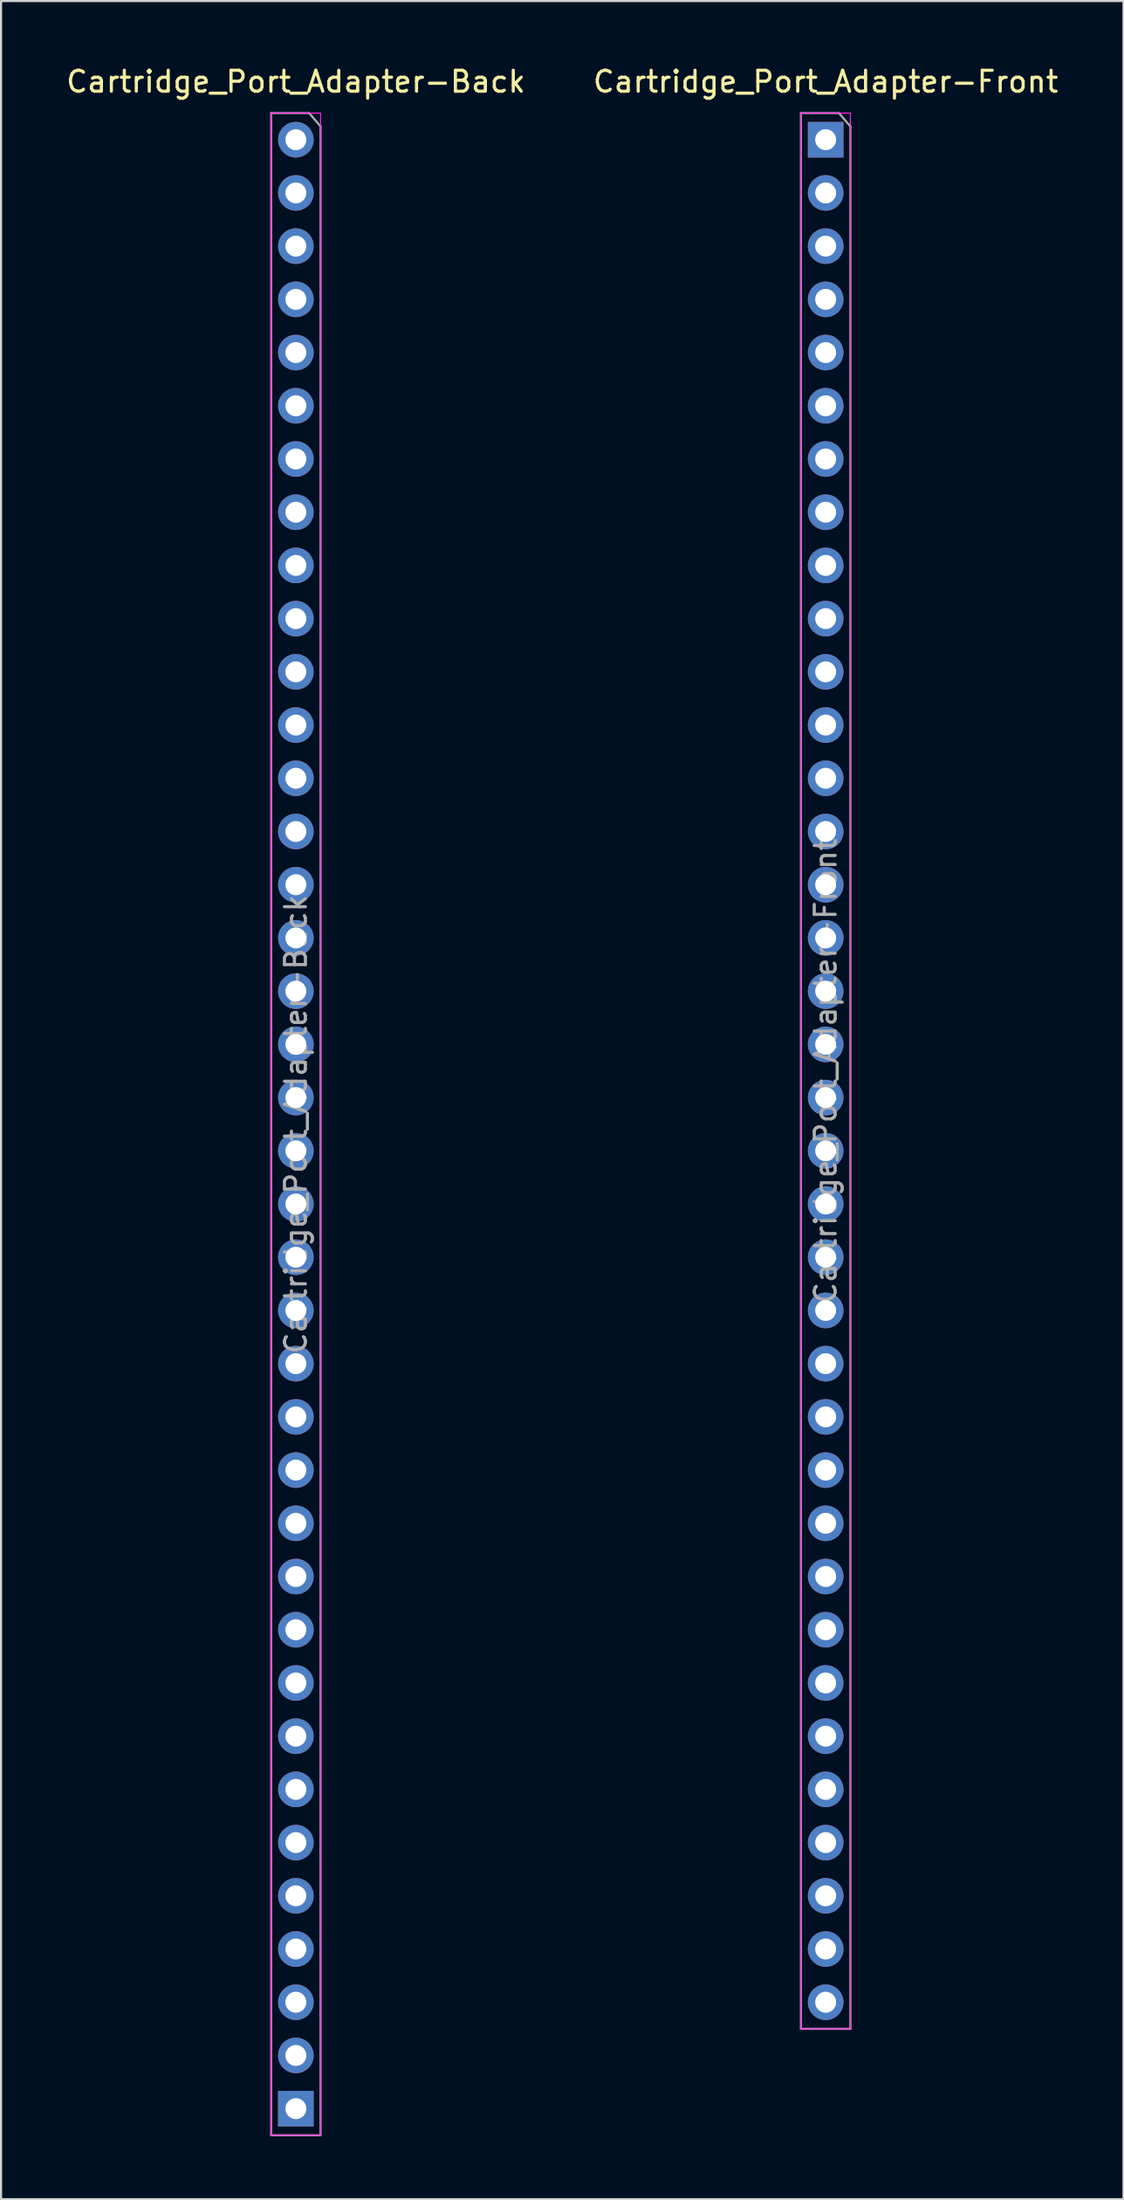
<source format=kicad_pcb>
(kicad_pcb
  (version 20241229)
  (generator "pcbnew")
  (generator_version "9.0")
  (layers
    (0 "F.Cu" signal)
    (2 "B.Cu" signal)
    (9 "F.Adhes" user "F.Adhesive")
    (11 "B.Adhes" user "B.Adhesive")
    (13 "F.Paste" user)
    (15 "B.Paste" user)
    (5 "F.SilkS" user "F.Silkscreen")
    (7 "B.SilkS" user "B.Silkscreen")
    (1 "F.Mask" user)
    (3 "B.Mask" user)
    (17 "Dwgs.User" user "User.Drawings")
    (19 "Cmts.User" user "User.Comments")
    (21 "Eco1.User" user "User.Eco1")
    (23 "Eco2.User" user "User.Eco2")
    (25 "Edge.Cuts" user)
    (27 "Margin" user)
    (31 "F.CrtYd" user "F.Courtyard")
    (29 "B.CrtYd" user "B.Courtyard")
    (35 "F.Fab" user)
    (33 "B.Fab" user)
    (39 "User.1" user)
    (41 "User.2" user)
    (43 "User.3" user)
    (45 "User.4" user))
  (footprint "Cartridge_Port_Adapter-Back"
    (layer "F.Cu")
    (at 11.077 3.618)
    (property "Reference" "Cartridge_Port_Adapter-Back" (at 0 -2.77 0) (layer "F.SilkS") (effects (font (size 1 1) (thickness 0.15))))
    (attr through_hole)
    (fp_line (start -1.18 -1.27) (end 1.18 -1.27) (stroke (width 0.05) (type solid)) (layer "F.CrtYd"))
    (fp_line (start -1.18 95.25) (end -1.18 -1.27) (stroke (width 0.05) (type solid)) (layer "F.CrtYd"))
    (fp_line (start 1.18 -1.27) (end 1.18 95.25) (stroke (width 0.05) (type solid)) (layer "F.CrtYd"))
    (fp_line (start 1.18 95.25) (end -1.18 95.25) (stroke (width 0.05) (type solid)) (layer "F.CrtYd"))
    (fp_line (start -1.18 -1.27) (end 0.635 -1.27) (stroke (width 0.1) (type solid)) (layer "F.Fab"))
    (fp_line (start -1.18 95.25) (end -1.18 -1.27) (stroke (width 0.1) (type solid)) (layer "F.Fab"))
    (fp_line (start 0.635 -1.27) (end 1.18 -0.635) (stroke (width 0.1) (type solid)) (layer "F.Fab"))
    (fp_line (start 1.18 -0.635) (end 1.18 95.25) (stroke (width 0.1) (type solid)) (layer "F.Fab"))
    (fp_line (start 1.18 95.25) (end -1.18 95.25) (stroke (width 0.1) (type solid)) (layer "F.Fab"))
    (fp_text user "${REFERENCE}" (at 0 46.99 90) (layer "F.Fab") (effects (font (size 1 1) (thickness 0.15))))
    (pad "1" thru_hole circle (at 0 0) (size 1.7 1.7) (drill 1) (layers "*.Cu" "*.Mask"))
    (pad "2" thru_hole oval (at 0 2.54) (size 1.7 1.7) (drill 1) (layers "*.Cu" "*.Mask"))
    (pad "3" thru_hole oval (at 0 5.08) (size 1.7 1.7) (drill 1) (layers "*.Cu" "*.Mask"))
    (pad "4" thru_hole oval (at 0 7.62) (size 1.7 1.7) (drill 1) (layers "*.Cu" "*.Mask"))
    (pad "5" thru_hole oval (at 0 10.16) (size 1.7 1.7) (drill 1) (layers "*.Cu" "*.Mask"))
    (pad "6" thru_hole oval (at 0 12.7) (size 1.7 1.7) (drill 1) (layers "*.Cu" "*.Mask"))
    (pad "7" thru_hole oval (at 0 15.24) (size 1.7 1.7) (drill 1) (layers "*.Cu" "*.Mask"))
    (pad "8" thru_hole oval (at 0 17.78) (size 1.7 1.7) (drill 1) (layers "*.Cu" "*.Mask"))
    (pad "9" thru_hole oval (at 0 20.32) (size 1.7 1.7) (drill 1) (layers "*.Cu" "*.Mask"))
    (pad "10" thru_hole oval (at 0 22.86) (size 1.7 1.7) (drill 1) (layers "*.Cu" "*.Mask"))
    (pad "11" thru_hole oval (at 0 25.4) (size 1.7 1.7) (drill 1) (layers "*.Cu" "*.Mask"))
    (pad "12" thru_hole oval (at 0 27.94) (size 1.7 1.7) (drill 1) (layers "*.Cu" "*.Mask"))
    (pad "13" thru_hole oval (at 0 30.48) (size 1.7 1.7) (drill 1) (layers "*.Cu" "*.Mask"))
    (pad "14" thru_hole oval (at 0 33.02) (size 1.7 1.7) (drill 1) (layers "*.Cu" "*.Mask"))
    (pad "15" thru_hole oval (at 0 35.56) (size 1.7 1.7) (drill 1) (layers "*.Cu" "*.Mask"))
    (pad "16" thru_hole oval (at 0 38.1) (size 1.7 1.7) (drill 1) (layers "*.Cu" "*.Mask"))
    (pad "17" thru_hole oval (at 0 40.64) (size 1.7 1.7) (drill 1) (layers "*.Cu" "*.Mask"))
    (pad "18" thru_hole oval (at 0 43.18) (size 1.7 1.7) (drill 1) (layers "*.Cu" "*.Mask"))
    (pad "19" thru_hole oval (at 0 45.72) (size 1.7 1.7) (drill 1) (layers "*.Cu" "*.Mask"))
    (pad "20" thru_hole oval (at 0 48.26) (size 1.7 1.7) (drill 1) (layers "*.Cu" "*.Mask"))
    (pad "21" thru_hole oval (at 0 50.8) (size 1.7 1.7) (drill 1) (layers "*.Cu" "*.Mask"))
    (pad "22" thru_hole oval (at 0 53.34) (size 1.7 1.7) (drill 1) (layers "*.Cu" "*.Mask"))
    (pad "23" thru_hole oval (at 0 55.88) (size 1.7 1.7) (drill 1) (layers "*.Cu" "*.Mask"))
    (pad "24" thru_hole oval (at 0 58.42) (size 1.7 1.7) (drill 1) (layers "*.Cu" "*.Mask"))
    (pad "25" thru_hole oval (at 0 60.96) (size 1.7 1.7) (drill 1) (layers "*.Cu" "*.Mask"))
    (pad "26" thru_hole oval (at 0 63.5) (size 1.7 1.7) (drill 1) (layers "*.Cu" "*.Mask"))
    (pad "27" thru_hole oval (at 0 66.04) (size 1.7 1.7) (drill 1) (layers "*.Cu" "*.Mask"))
    (pad "28" thru_hole oval (at 0 68.58) (size 1.7 1.7) (drill 1) (layers "*.Cu" "*.Mask"))
    (pad "29" thru_hole oval (at 0 71.12) (size 1.7 1.7) (drill 1) (layers "*.Cu" "*.Mask"))
    (pad "30" thru_hole oval (at 0 73.66) (size 1.7 1.7) (drill 1) (layers "*.Cu" "*.Mask"))
    (pad "31" thru_hole oval (at 0 76.2) (size 1.7 1.7) (drill 1) (layers "*.Cu" "*.Mask"))
    (pad "32" thru_hole oval (at 0 78.74) (size 1.7 1.7) (drill 1) (layers "*.Cu" "*.Mask"))
    (pad "33" thru_hole oval (at 0 81.28) (size 1.7 1.7) (drill 1) (layers "*.Cu" "*.Mask"))
    (pad "34" thru_hole oval (at 0 83.82) (size 1.7 1.7) (drill 1) (layers "*.Cu" "*.Mask"))
    (pad "35" thru_hole oval (at 0 86.36) (size 1.7 1.7) (drill 1) (layers "*.Cu" "*.Mask"))
    (pad "36" thru_hole oval (at 0 88.9) (size 1.7 1.7) (drill 1) (layers "*.Cu" "*.Mask"))
    (pad "37" thru_hole oval (at 0 91.44) (size 1.7 1.7) (drill 1) (layers "*.Cu" "*.Mask"))
    (pad "38" thru_hole rect (at 0 93.98) (size 1.7 1.7) (drill 1) (layers "*.Cu" "*.Mask")))
  (footprint "Cartridge_Port_Adapter-Front"
    (layer "F.Cu")
    (at 36.375 3.618)
    (property "Reference" "Cartridge_Port_Adapter-Front" (at 0 -2.77 0) (layer "F.SilkS") (effects (font (size 1 1) (thickness 0.15))))
    (attr through_hole)
    (fp_line (start -1.18 -1.27) (end 1.18 -1.27) (stroke (width 0.05) (type solid)) (layer "F.CrtYd"))
    (fp_line (start -1.18 90.17) (end -1.18 -1.27) (stroke (width 0.05) (type solid)) (layer "F.CrtYd"))
    (fp_line (start 1.18 -1.27) (end 1.18 90.17) (stroke (width 0.05) (type solid)) (layer "F.CrtYd"))
    (fp_line (start 1.18 90.17) (end -1.18 90.17) (stroke (width 0.05) (type solid)) (layer "F.CrtYd"))
    (fp_line (start -1.18 -1.27) (end 0.635 -1.27) (stroke (width 0.1) (type solid)) (layer "F.Fab"))
    (fp_line (start -1.18 90.17) (end -1.18 -1.27) (stroke (width 0.1) (type solid)) (layer "F.Fab"))
    (fp_line (start 0.635 -1.27) (end 1.18 -0.635) (stroke (width 0.1) (type solid)) (layer "F.Fab"))
    (fp_line (start 1.18 -0.635) (end 1.18 90.17) (stroke (width 0.1) (type solid)) (layer "F.Fab"))
    (fp_line (start 1.18 90.17) (end -1.18 90.17) (stroke (width 0.1) (type solid)) (layer "F.Fab"))
    (fp_text user "${REFERENCE}" (at 0 44.45 90) (layer "F.Fab") (effects (font (size 1 1) (thickness 0.15))))
    (pad "1" thru_hole rect (at 0 0) (size 1.7 1.7) (drill 1) (layers "*.Cu" "*.Mask"))
    (pad "2" thru_hole oval (at 0 2.54) (size 1.7 1.7) (drill 1) (layers "*.Cu" "*.Mask"))
    (pad "3" thru_hole oval (at 0 5.08) (size 1.7 1.7) (drill 1) (layers "*.Cu" "*.Mask"))
    (pad "4" thru_hole oval (at 0 7.62) (size 1.7 1.7) (drill 1) (layers "*.Cu" "*.Mask"))
    (pad "5" thru_hole oval (at 0 10.16) (size 1.7 1.7) (drill 1) (layers "*.Cu" "*.Mask"))
    (pad "6" thru_hole oval (at 0 12.7) (size 1.7 1.7) (drill 1) (layers "*.Cu" "*.Mask"))
    (pad "7" thru_hole oval (at 0 15.24) (size 1.7 1.7) (drill 1) (layers "*.Cu" "*.Mask"))
    (pad "8" thru_hole oval (at 0 17.78) (size 1.7 1.7) (drill 1) (layers "*.Cu" "*.Mask"))
    (pad "9" thru_hole oval (at 0 20.32) (size 1.7 1.7) (drill 1) (layers "*.Cu" "*.Mask"))
    (pad "10" thru_hole oval (at 0 22.86) (size 1.7 1.7) (drill 1) (layers "*.Cu" "*.Mask"))
    (pad "11" thru_hole oval (at 0 25.4) (size 1.7 1.7) (drill 1) (layers "*.Cu" "*.Mask"))
    (pad "12" thru_hole oval (at 0 27.94) (size 1.7 1.7) (drill 1) (layers "*.Cu" "*.Mask"))
    (pad "13" thru_hole oval (at 0 30.48) (size 1.7 1.7) (drill 1) (layers "*.Cu" "*.Mask"))
    (pad "14" thru_hole oval (at 0 33.02) (size 1.7 1.7) (drill 1) (layers "*.Cu" "*.Mask"))
    (pad "15" thru_hole oval (at 0 35.56) (size 1.7 1.7) (drill 1) (layers "*.Cu" "*.Mask"))
    (pad "16" thru_hole oval (at 0 38.1) (size 1.7 1.7) (drill 1) (layers "*.Cu" "*.Mask"))
    (pad "17" thru_hole oval (at 0 40.64) (size 1.7 1.7) (drill 1) (layers "*.Cu" "*.Mask"))
    (pad "18" thru_hole oval (at 0 43.18) (size 1.7 1.7) (drill 1) (layers "*.Cu" "*.Mask"))
    (pad "19" thru_hole oval (at 0 45.72) (size 1.7 1.7) (drill 1) (layers "*.Cu" "*.Mask"))
    (pad "20" thru_hole oval (at 0 48.26) (size 1.7 1.7) (drill 1) (layers "*.Cu" "*.Mask"))
    (pad "21" thru_hole oval (at 0 50.8) (size 1.7 1.7) (drill 1) (layers "*.Cu" "*.Mask"))
    (pad "22" thru_hole oval (at 0 53.34) (size 1.7 1.7) (drill 1) (layers "*.Cu" "*.Mask"))
    (pad "23" thru_hole oval (at 0 55.88) (size 1.7 1.7) (drill 1) (layers "*.Cu" "*.Mask"))
    (pad "24" thru_hole oval (at 0 58.42) (size 1.7 1.7) (drill 1) (layers "*.Cu" "*.Mask"))
    (pad "25" thru_hole oval (at 0 60.96) (size 1.7 1.7) (drill 1) (layers "*.Cu" "*.Mask"))
    (pad "26" thru_hole oval (at 0 63.5) (size 1.7 1.7) (drill 1) (layers "*.Cu" "*.Mask"))
    (pad "27" thru_hole oval (at 0 66.04) (size 1.7 1.7) (drill 1) (layers "*.Cu" "*.Mask"))
    (pad "28" thru_hole oval (at 0 68.58) (size 1.7 1.7) (drill 1) (layers "*.Cu" "*.Mask"))
    (pad "29" thru_hole oval (at 0 71.12) (size 1.7 1.7) (drill 1) (layers "*.Cu" "*.Mask"))
    (pad "30" thru_hole oval (at 0 73.66) (size 1.7 1.7) (drill 1) (layers "*.Cu" "*.Mask"))
    (pad "31" thru_hole oval (at 0 76.2) (size 1.7 1.7) (drill 1) (layers "*.Cu" "*.Mask"))
    (pad "32" thru_hole oval (at 0 78.74) (size 1.7 1.7) (drill 1) (layers "*.Cu" "*.Mask"))
    (pad "33" thru_hole oval (at 0 81.28) (size 1.7 1.7) (drill 1) (layers "*.Cu" "*.Mask"))
    (pad "34" thru_hole oval (at 0 83.82) (size 1.7 1.7) (drill 1) (layers "*.Cu" "*.Mask"))
    (pad "35" thru_hole oval (at 0 86.36) (size 1.7 1.7) (drill 1) (layers "*.Cu" "*.Mask"))
    (pad "36" thru_hole oval (at 0 88.9) (size 1.7 1.7) (drill 1) (layers "*.Cu" "*.Mask")))
  (gr_rect
    (start -3 -3)
    (end 50.595 101.918)
    (stroke (width 0.1) (type default))
    (fill no)
    (layer "Edge.Cuts")))
</source>
